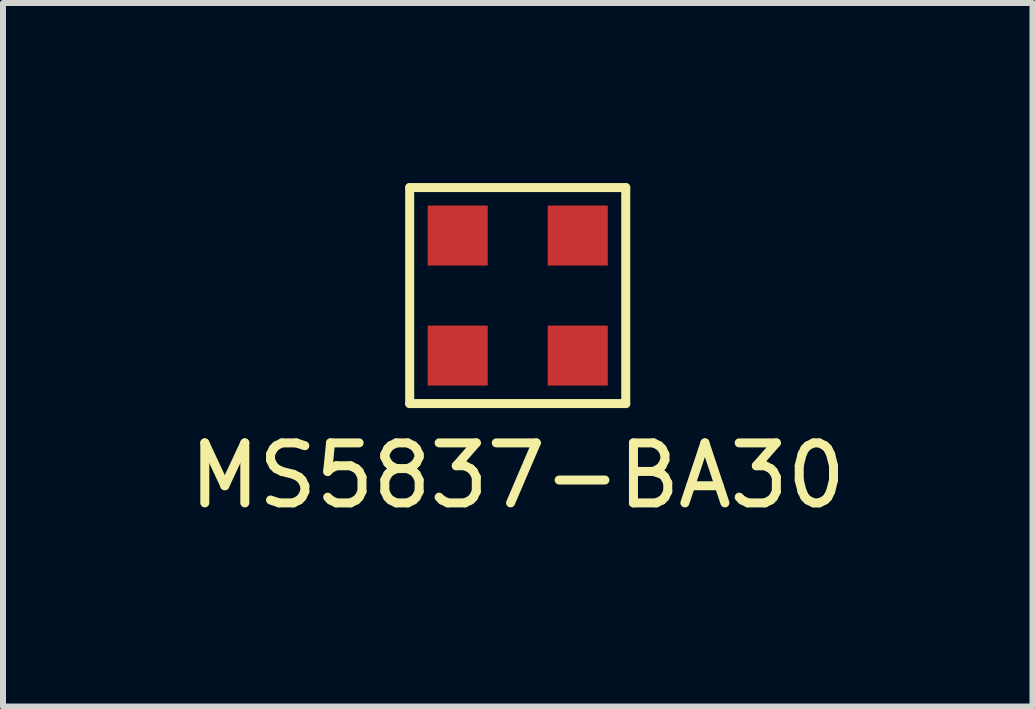
<source format=kicad_pcb>
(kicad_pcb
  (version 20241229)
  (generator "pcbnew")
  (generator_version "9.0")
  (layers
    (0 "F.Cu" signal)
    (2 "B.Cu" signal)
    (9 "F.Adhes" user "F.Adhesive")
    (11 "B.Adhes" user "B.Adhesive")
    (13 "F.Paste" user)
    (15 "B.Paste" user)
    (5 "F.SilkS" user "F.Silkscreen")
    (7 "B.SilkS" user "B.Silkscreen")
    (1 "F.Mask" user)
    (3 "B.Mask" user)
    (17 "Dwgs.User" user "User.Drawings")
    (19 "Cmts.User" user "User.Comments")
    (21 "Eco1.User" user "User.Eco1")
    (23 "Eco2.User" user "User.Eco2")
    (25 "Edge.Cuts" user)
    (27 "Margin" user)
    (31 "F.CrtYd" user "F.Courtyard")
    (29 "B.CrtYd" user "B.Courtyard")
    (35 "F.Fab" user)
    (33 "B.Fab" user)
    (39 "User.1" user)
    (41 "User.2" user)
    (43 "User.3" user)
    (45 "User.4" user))
  (footprint "MS5837-BA30"
    (layer "F.Cu")
    (at 5.577 1.875)
    (property "Reference" "MS5837-BA30" (at 0 3 0) (layer "F.SilkS") (effects (font (size 1 1) (thickness 0.15))))
    (attr through_hole)
    (fp_line (start -1.8 -1.8) (end 1.8 -1.8) (stroke (width 0.15) (type solid)) (layer "F.SilkS"))
    (fp_line (start -1.8 1.8) (end -1.8 -1.8) (stroke (width 0.15) (type solid)) (layer "F.SilkS"))
    (fp_line (start 1.8 -1.8) (end 1.8 1.8) (stroke (width 0.15) (type solid)) (layer "F.SilkS"))
    (fp_line (start 1.8 1.8) (end -1.8 1.8) (stroke (width 0.15) (type solid)) (layer "F.SilkS"))
    (pad "1" smd rect (at -1 1) (size 1 1) (layers "F.Cu" "F.Mask" "F.Paste"))
    (pad "2" smd rect (at -1 -1) (size 1 1) (layers "F.Cu" "F.Mask" "F.Paste"))
    (pad "3" smd rect (at 1 -1) (size 1 1) (layers "F.Cu" "F.Mask" "F.Paste"))
    (pad "4" smd rect (at 1 1) (size 1 1) (layers "F.Cu" "F.Mask" "F.Paste")))
  (gr_rect
    (start -3 -3)
    (end 14.155 8.723)
    (stroke (width 0.1) (type default))
    (fill no)
    (layer "Edge.Cuts")))
</source>
